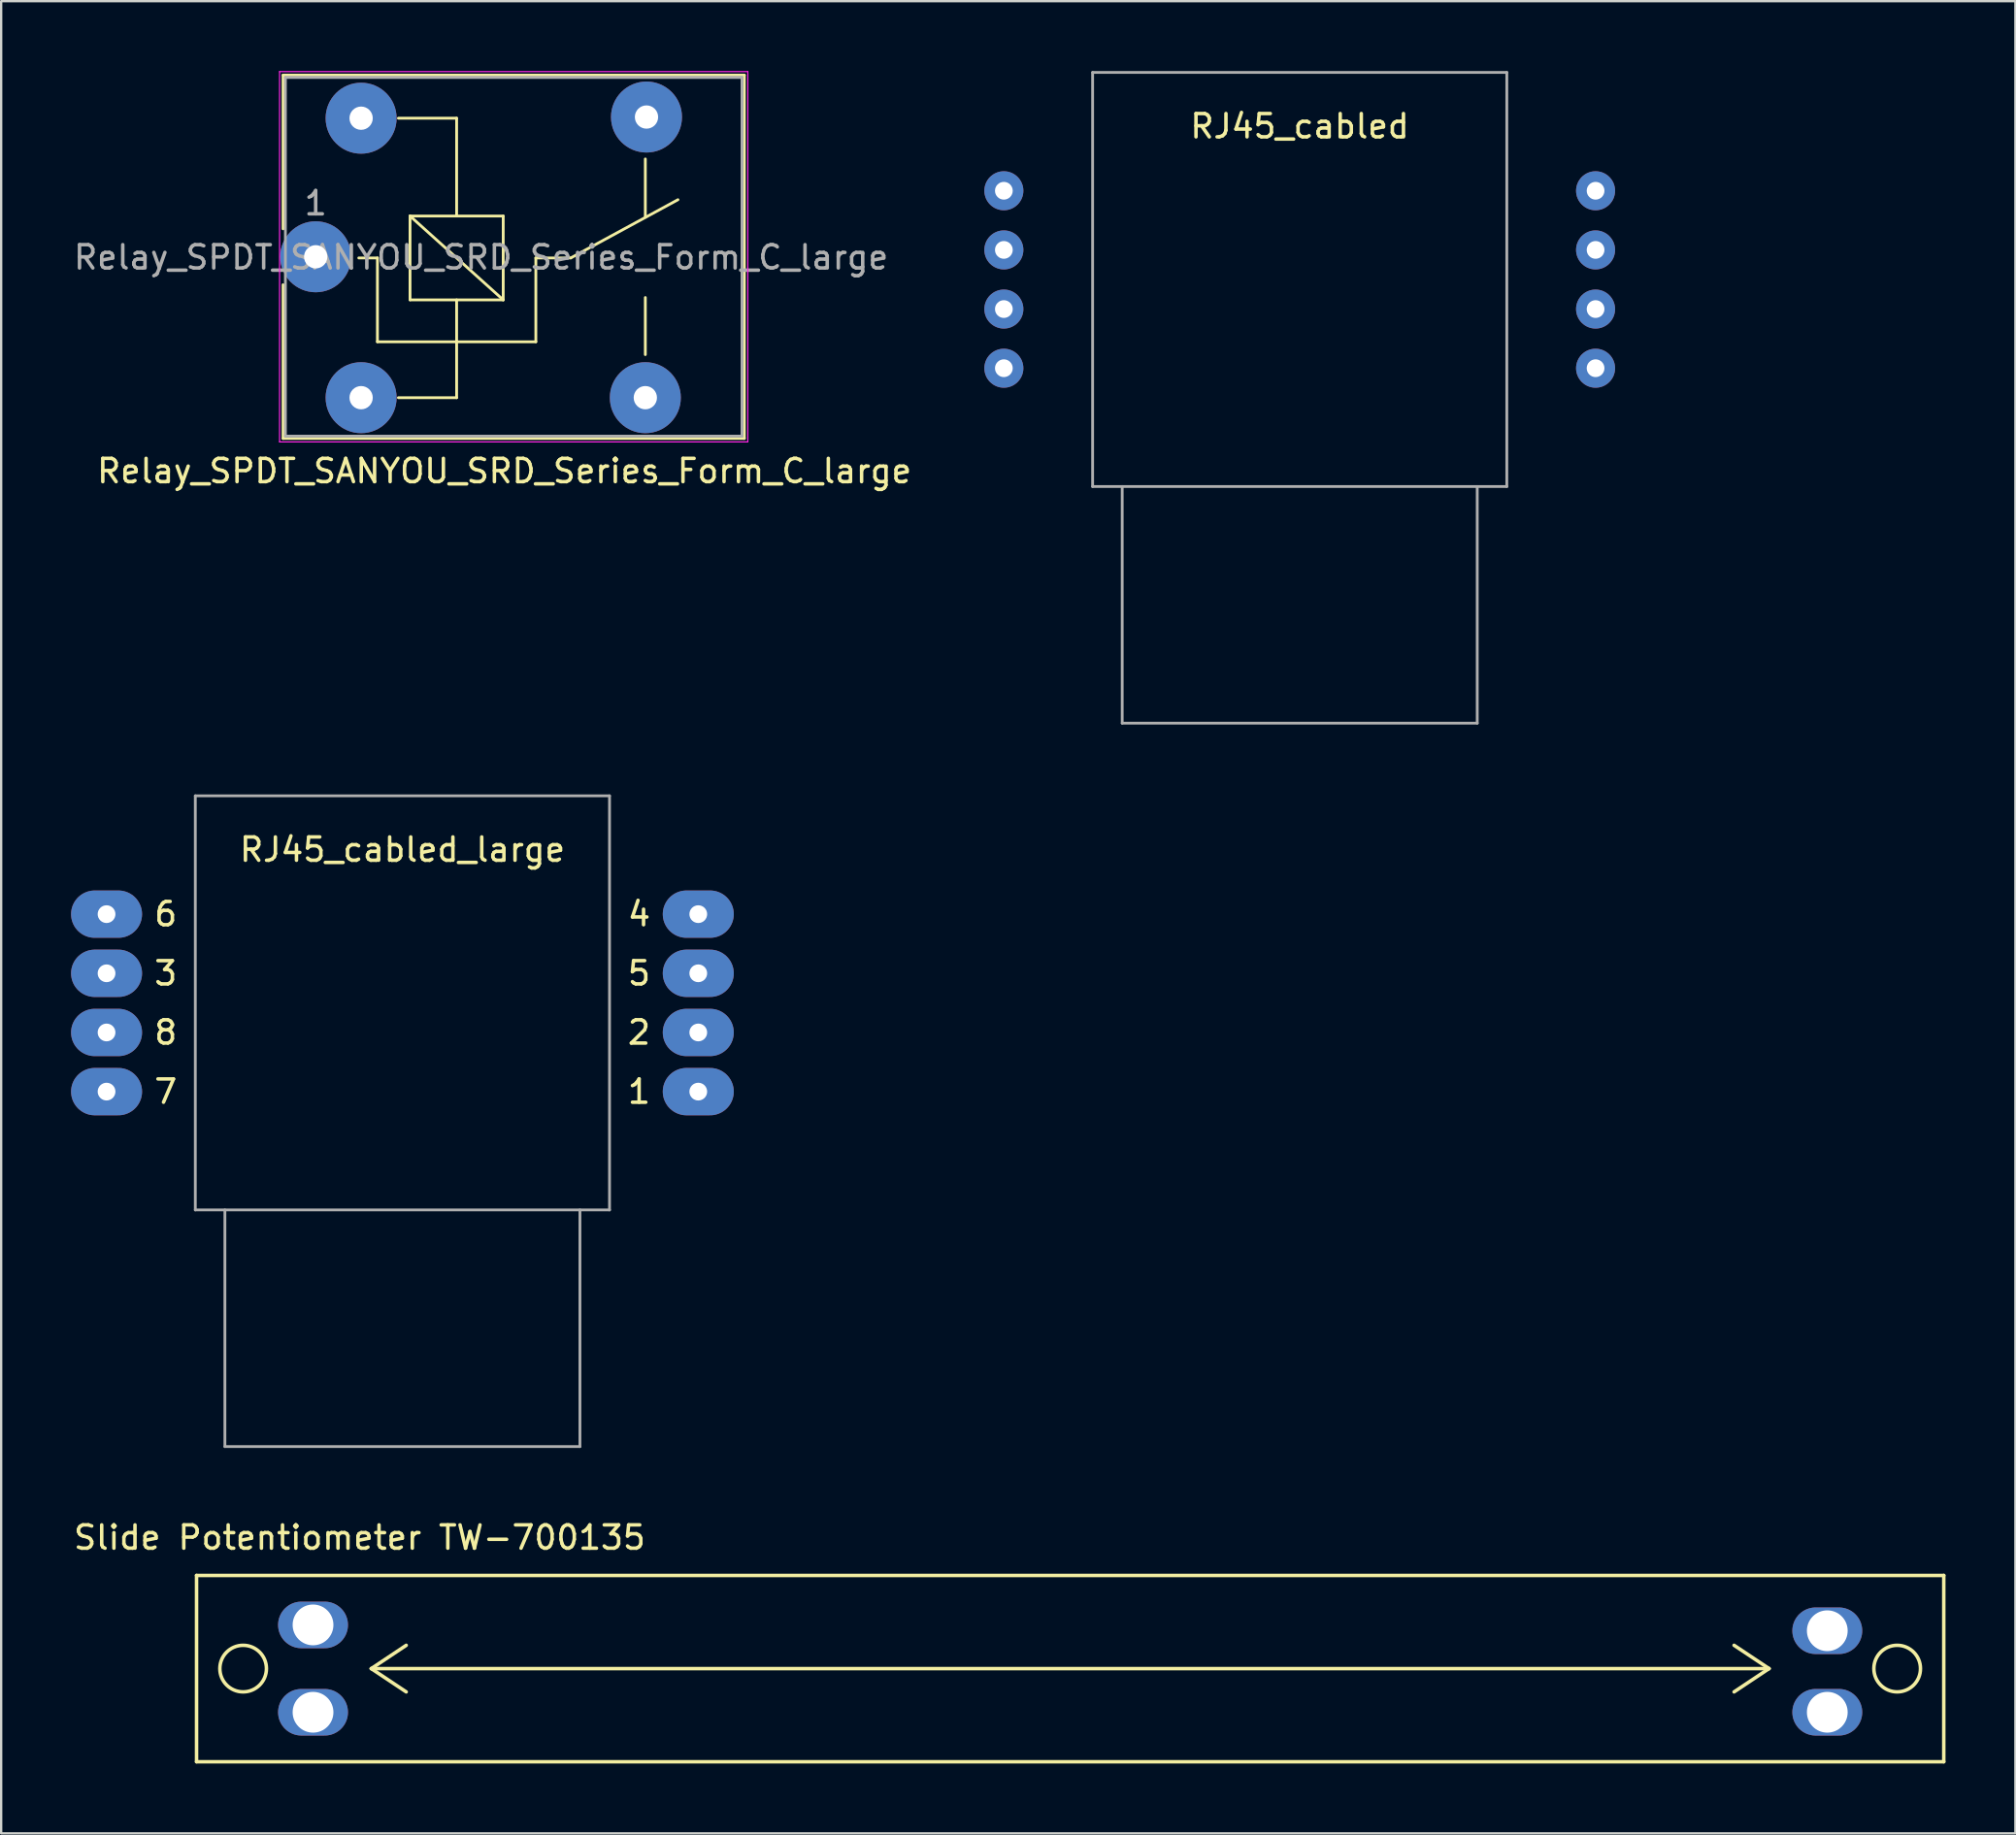
<source format=kicad_pcb>
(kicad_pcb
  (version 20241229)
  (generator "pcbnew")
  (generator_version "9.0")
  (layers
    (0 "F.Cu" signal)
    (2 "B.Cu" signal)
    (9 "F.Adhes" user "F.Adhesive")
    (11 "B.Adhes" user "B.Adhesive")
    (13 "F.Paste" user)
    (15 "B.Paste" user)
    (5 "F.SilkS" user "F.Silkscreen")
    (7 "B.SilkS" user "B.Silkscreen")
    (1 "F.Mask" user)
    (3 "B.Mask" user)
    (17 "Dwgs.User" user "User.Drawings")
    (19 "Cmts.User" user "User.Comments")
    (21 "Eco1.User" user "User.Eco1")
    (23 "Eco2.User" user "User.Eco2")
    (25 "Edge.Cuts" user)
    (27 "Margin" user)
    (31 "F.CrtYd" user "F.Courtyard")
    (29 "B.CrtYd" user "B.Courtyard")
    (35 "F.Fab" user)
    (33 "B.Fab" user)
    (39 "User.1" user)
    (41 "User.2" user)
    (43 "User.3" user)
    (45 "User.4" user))
  (footprint "Slide Potentiometer TW-700135"
    (layer "F.Cu")
    (at 10.387 70.468)
    (property "Reference" "Slide Potentiometer TW-700135" (at 2 -7.5 0) (unlocked yes) (layer "F.SilkS") (effects (font (size 1 1) (thickness 0.15))))
    (attr through_hole)
    (fp_line (start -5 -5.875) (end 70 -5.875) (stroke (width 0.15) (type solid)) (layer "F.SilkS"))
    (fp_line (start -5 2.125) (end -5 -5.875) (stroke (width 0.15) (type solid)) (layer "F.SilkS"))
    (fp_line (start 2.5 -1.875) (end 4 -2.875) (stroke (width 0.15) (type solid)) (layer "F.SilkS"))
    (fp_line (start 2.5 -1.875) (end 4 -0.875) (stroke (width 0.15) (type solid)) (layer "F.SilkS"))
    (fp_line (start 2.5 -1.875) (end 62.5 -1.875) (stroke (width 0.15) (type solid)) (layer "F.SilkS"))
    (fp_line (start 62.5 -1.875) (end 61 -2.875) (stroke (width 0.15) (type solid)) (layer "F.SilkS"))
    (fp_line (start 62.5 -1.875) (end 61 -0.875) (stroke (width 0.15) (type solid)) (layer "F.SilkS"))
    (fp_line (start 70 -5.875) (end 70 2.125) (stroke (width 0.15) (type solid)) (layer "F.SilkS"))
    (fp_line (start 70 2.125) (end -5 2.125) (stroke (width 0.15) (type solid)) (layer "F.SilkS"))
    (fp_circle (center -3 -1.875) (end -2 -1.875) (stroke (width 0.15) (type solid)) (fill no) (layer "F.SilkS"))
    (fp_circle (center 68 -1.875) (end 69 -1.875) (stroke (width 0.15) (type solid)) (fill no) (layer "F.SilkS"))
    (pad "1" thru_hole oval (at 0 0) (size 3 2) (drill 1.75) (layers "*.Cu" "*.Mask"))
    (pad "2" thru_hole oval (at 0 -3.75) (size 3 2) (drill 1.75) (layers "*.Cu" "*.Mask"))
    (pad "3" thru_hole oval (at 65 0) (size 3 2) (drill 1.75) (layers "*.Cu" "*.Mask"))
    (pad "4" thru_hole oval (at 65 -3.5) (size 3 2) (drill 1.75) (layers "*.Cu" "*.Mask")))
  (footprint "Relay_SPDT_SANYOU_SRD_Series_Form_C_large"
    (layer "F.Cu")
    (at 10.501 7.975)
    (property "Reference" "Relay_SPDT_SANYOU_SRD_Series_Form_C_large" (at 8.1 9.2 0) (layer "F.SilkS") (effects (font (size 1 1) (thickness 0.15))))
    (attr through_hole)
    (fp_line (start -1.4 -7.8) (end -1.4 -1.2) (stroke (width 0.12) (type solid)) (layer "F.SilkS"))
    (fp_line (start -1.4 -7.8) (end 18.4 -7.8) (stroke (width 0.12) (type solid)) (layer "F.SilkS"))
    (fp_line (start -1.4 1.2) (end -1.4 7.8) (stroke (width 0.12) (type solid)) (layer "F.SilkS"))
    (fp_line (start 2.65 0.05) (end 1.85 0.05) (stroke (width 0.12) (type solid)) (layer "F.SilkS"))
    (fp_line (start 2.65 0.05) (end 2.65 3.65) (stroke (width 0.12) (type solid)) (layer "F.SilkS"))
    (fp_line (start 3.55 6.05) (end 6.05 6.05) (stroke (width 0.12) (type solid)) (layer "F.SilkS"))
    (fp_line (start 4.05 -1.75) (end 8.05 -1.75) (stroke (width 0.12) (type solid)) (layer "F.SilkS"))
    (fp_line (start 4.05 1.85) (end 4.05 -1.75) (stroke (width 0.12) (type solid)) (layer "F.SilkS"))
    (fp_line (start 6.05 -5.95) (end 3.55 -5.95) (stroke (width 0.12) (type solid)) (layer "F.SilkS"))
    (fp_line (start 6.05 -5.95) (end 6.05 -1.75) (stroke (width 0.12) (type solid)) (layer "F.SilkS"))
    (fp_line (start 6.05 1.85) (end 6.05 6.05) (stroke (width 0.12) (type solid)) (layer "F.SilkS"))
    (fp_line (start 8.05 -1.75) (end 8.05 1.85) (stroke (width 0.12) (type solid)) (layer "F.SilkS"))
    (fp_line (start 8.05 1.85) (end 4.05 -1.75) (stroke (width 0.12) (type solid)) (layer "F.SilkS"))
    (fp_line (start 8.05 1.85) (end 4.05 1.85) (stroke (width 0.12) (type solid)) (layer "F.SilkS"))
    (fp_line (start 9.45 0.05) (end 9.45 3.65) (stroke (width 0.12) (type solid)) (layer "F.SilkS"))
    (fp_line (start 9.45 0.05) (end 10.95 0.05) (stroke (width 0.12) (type solid)) (layer "F.SilkS"))
    (fp_line (start 9.45 3.65) (end 2.65 3.65) (stroke (width 0.12) (type solid)) (layer "F.SilkS"))
    (fp_line (start 10.95 0.05) (end 15.55 -2.45) (stroke (width 0.12) (type solid)) (layer "F.SilkS"))
    (fp_line (start 14.15 -4.2) (end 14.15 -1.7) (stroke (width 0.12) (type solid)) (layer "F.SilkS"))
    (fp_line (start 14.15 4.2) (end 14.15 1.75) (stroke (width 0.12) (type solid)) (layer "F.SilkS"))
    (fp_line (start 18.4 -7.8) (end 18.4 7.8) (stroke (width 0.12) (type solid)) (layer "F.SilkS"))
    (fp_line (start 18.4 7.8) (end -1.4 7.8) (stroke (width 0.12) (type solid)) (layer "F.SilkS"))
    (fp_line (start -1.55 7.95) (end -1.55 -7.95) (stroke (width 0.05) (type solid)) (layer "F.CrtYd"))
    (fp_line (start -1.55 7.95) (end 18.55 7.95) (stroke (width 0.05) (type solid)) (layer "F.CrtYd"))
    (fp_line (start 18.55 -7.95) (end -1.55 -7.95) (stroke (width 0.05) (type solid)) (layer "F.CrtYd"))
    (fp_line (start 18.55 -7.95) (end 18.55 7.95) (stroke (width 0.05) (type solid)) (layer "F.CrtYd"))
    (fp_line (start -1.3 -7.7) (end 18.3 -7.7) (stroke (width 0.12) (type solid)) (layer "F.Fab"))
    (fp_line (start -1.3 7.7) (end -1.3 -7.7) (stroke (width 0.12) (type solid)) (layer "F.Fab"))
    (fp_line (start 18.3 -7.7) (end 18.3 7.7) (stroke (width 0.12) (type solid)) (layer "F.Fab"))
    (fp_line (start 18.3 7.7) (end -1.3 7.7) (stroke (width 0.12) (type solid)) (layer "F.Fab"))
    (fp_text user "${REFERENCE}" (at 7.1 0.025 0) (layer "F.Fab") (effects (font (size 1 1) (thickness 0.15))))
    (fp_text user "1" (at 0 -2.3 0) (layer "F.Fab") (effects (font (size 1 1) (thickness 0.15))))
    (pad "1" thru_hole circle (at 0 0 90) (size 3.048 3.048) (drill 1) (layers "*.Cu" "*.Mask"))
    (pad "2" thru_hole circle (at 1.95 6.05 90) (size 3.048 3.048) (drill 1) (layers "*.Cu" "*.Mask"))
    (pad "3" thru_hole circle (at 14.15 6.05 90) (size 3.048 3.048) (drill 1) (layers "*.Cu" "*.Mask"))
    (pad "4" thru_hole circle (at 14.2 -6 90) (size 3.048 3.048) (drill 1) (layers "*.Cu" "*.Mask"))
    (pad "5" thru_hole circle (at 1.95 -5.95 90) (size 3.048 3.048) (drill 1) (layers "*.Cu" "*.Mask")))
  (footprint "RJ45_cabled_large"
    (layer "F.Cu")
    (at 14.224 40.01)
    (property "Reference" "RJ45_cabled_large" (at 0 -6.58 0) (layer "F.SilkS") (effects (font (size 1 1) (thickness 0.15))))
    (attr through_hole)
    (fp_line (start -8.89 -8.89) (end -8.89 8.89) (stroke (width 0.12) (type solid)) (layer "F.Fab"))
    (fp_line (start -8.89 8.89) (end 8.89 8.89) (stroke (width 0.12) (type solid)) (layer "F.Fab"))
    (fp_line (start -7.62 8.89) (end -7.62 19.05) (stroke (width 0.12) (type solid)) (layer "F.Fab"))
    (fp_line (start -7.62 19.05) (end 7.62 19.05) (stroke (width 0.12) (type solid)) (layer "F.Fab"))
    (fp_line (start 7.62 19.05) (end 7.62 8.89) (stroke (width 0.12) (type solid)) (layer "F.Fab"))
    (fp_line (start 8.89 -8.89) (end -8.89 -8.89) (stroke (width 0.12) (type solid)) (layer "F.Fab"))
    (fp_line (start 8.89 8.89) (end 8.89 -8.89) (stroke (width 0.12) (type solid)) (layer "F.Fab"))
    (fp_text user "8" (at -10.16 1.27 0) (layer "F.SilkS") (effects (font (size 1 1) (thickness 0.15))))
    (fp_text user "5" (at 10.16 -1.27 0) (layer "F.SilkS") (effects (font (size 1 1) (thickness 0.15))))
    (fp_text user "6" (at -10.16 -3.81 0) (layer "F.SilkS") (effects (font (size 1 1) (thickness 0.15))))
    (fp_text user "7" (at -10.16 3.81 0) (layer "F.SilkS") (effects (font (size 1 1) (thickness 0.15))))
    (fp_text user "3" (at -10.16 -1.27 0) (layer "F.SilkS") (effects (font (size 1 1) (thickness 0.15))))
    (fp_text user "4" (at 10.16 -3.81 0) (layer "F.SilkS") (effects (font (size 1 1) (thickness 0.15))))
    (fp_text user "2" (at 10.16 1.27 0) (layer "F.SilkS") (effects (font (size 1 1) (thickness 0.15))))
    (fp_text user "1" (at 10.16 3.81 0) (layer "F.SilkS") (effects (font (size 1 1) (thickness 0.15))))
    (pad "1" thru_hole oval (at 12.7 3.81) (size 3.048 2.032) (drill 0.762) (layers "*.Cu" "*.Mask"))
    (pad "2" thru_hole oval (at 12.7 1.27) (size 3.048 2.032) (drill 0.762) (layers "*.Cu" "*.Mask"))
    (pad "3" thru_hole oval (at -12.7 -1.27) (size 3.048 2.032) (drill 0.762) (layers "*.Cu" "*.Mask"))
    (pad "4" thru_hole oval (at 12.7 -3.81) (size 3.048 2.032) (drill 0.762) (layers "*.Cu" "*.Mask"))
    (pad "5" thru_hole oval (at 12.7 -1.27) (size 3.048 2.032) (drill 0.762) (layers "*.Cu" "*.Mask"))
    (pad "6" thru_hole oval (at -12.7 -3.81) (size 3.048 2.032) (drill 0.762) (layers "*.Cu" "*.Mask"))
    (pad "7" thru_hole oval (at -12.7 3.81) (size 3.048 2.032) (drill 0.762) (layers "*.Cu" "*.Mask"))
    (pad "8" thru_hole oval (at -12.7 1.27) (size 3.048 2.032) (drill 0.762) (layers "*.Cu" "*.Mask")))
  (footprint "RJ45_cabled"
    (layer "F.Cu")
    (at 52.741 8.95)
    (property "Reference" "RJ45_cabled" (at 0 -6.58 0) (layer "F.SilkS") (effects (font (size 1 1) (thickness 0.15))))
    (attr through_hole)
    (fp_line (start -8.89 -8.89) (end -8.89 8.89) (stroke (width 0.12) (type solid)) (layer "F.Fab"))
    (fp_line (start -8.89 8.89) (end 8.89 8.89) (stroke (width 0.12) (type solid)) (layer "F.Fab"))
    (fp_line (start -7.62 8.89) (end -7.62 19.05) (stroke (width 0.12) (type solid)) (layer "F.Fab"))
    (fp_line (start -7.62 19.05) (end 7.62 19.05) (stroke (width 0.12) (type solid)) (layer "F.Fab"))
    (fp_line (start 7.62 19.05) (end 7.62 8.89) (stroke (width 0.12) (type solid)) (layer "F.Fab"))
    (fp_line (start 8.89 -8.89) (end -8.89 -8.89) (stroke (width 0.12) (type solid)) (layer "F.Fab"))
    (fp_line (start 8.89 8.89) (end 8.89 -8.89) (stroke (width 0.12) (type solid)) (layer "F.Fab"))
    (pad "1" thru_hole oval (at 12.7 3.81) (size 1.676 1.676) (drill 0.762) (layers "*.Cu" "*.Mask"))
    (pad "2" thru_hole oval (at 12.7 1.27) (size 1.676 1.676) (drill 0.762) (layers "*.Cu" "*.Mask"))
    (pad "3" thru_hole oval (at -12.7 -1.27) (size 1.676 1.676) (drill 0.762) (layers "*.Cu" "*.Mask"))
    (pad "4" thru_hole oval (at 12.7 -3.81) (size 1.676 1.676) (drill 0.762) (layers "*.Cu" "*.Mask"))
    (pad "5" thru_hole oval (at 12.7 -1.27) (size 1.676 1.676) (drill 0.762) (layers "*.Cu" "*.Mask"))
    (pad "6" thru_hole oval (at -12.7 -3.81) (size 1.676 1.676) (drill 0.762) (layers "*.Cu" "*.Mask"))
    (pad "7" thru_hole oval (at -12.7 3.81) (size 1.676 1.676) (drill 0.762) (layers "*.Cu" "*.Mask"))
    (pad "8" thru_hole oval (at -12.7 1.27) (size 1.676 1.676) (drill 0.762) (layers "*.Cu" "*.Mask")))
  (gr_rect
    (start -3 -3)
    (end 83.462 75.668)
    (stroke (width 0.1) (type default))
    (fill no)
    (layer "Edge.Cuts")))
</source>
